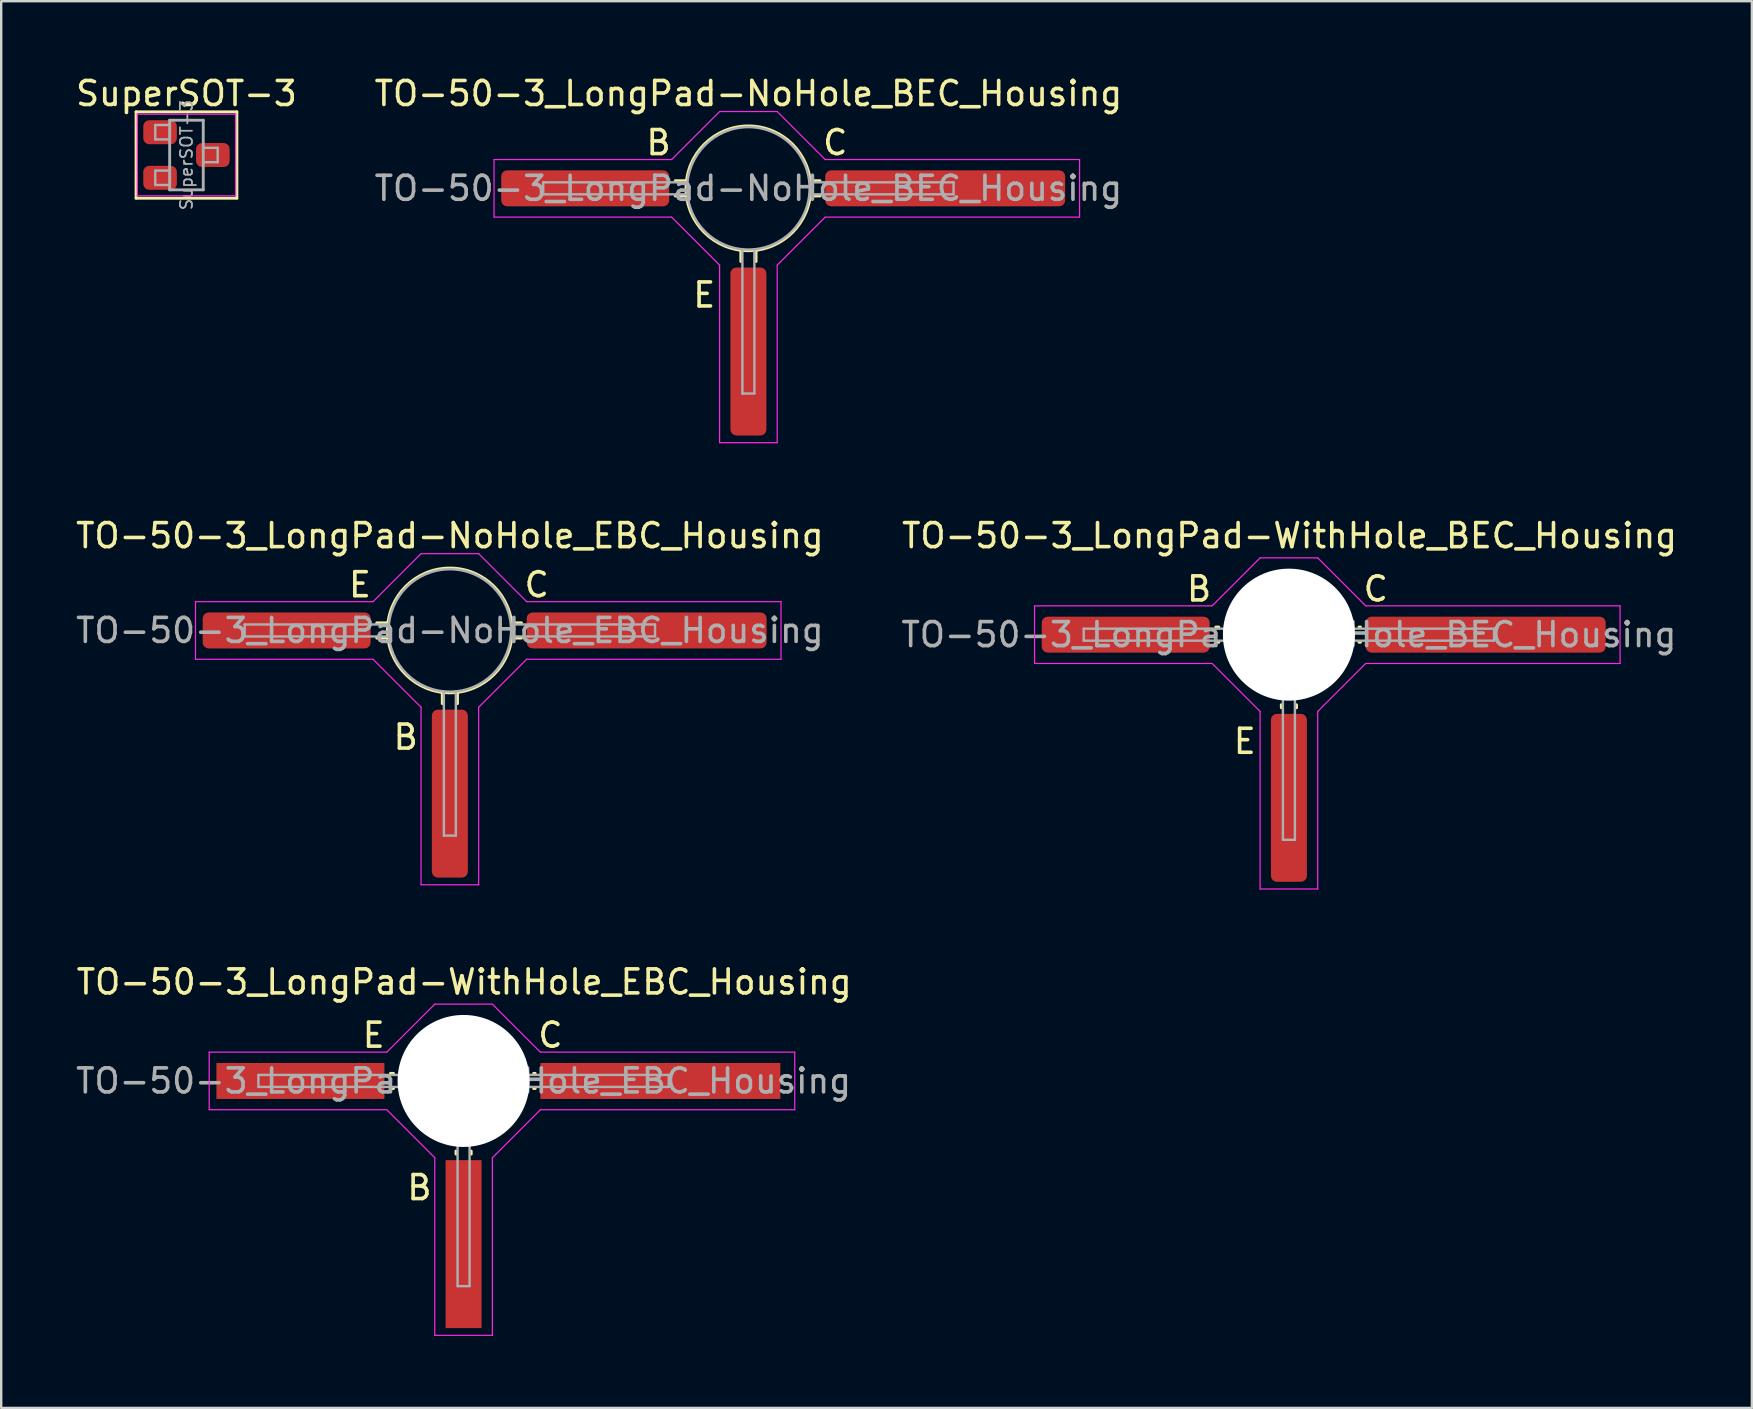
<source format=kicad_pcb>
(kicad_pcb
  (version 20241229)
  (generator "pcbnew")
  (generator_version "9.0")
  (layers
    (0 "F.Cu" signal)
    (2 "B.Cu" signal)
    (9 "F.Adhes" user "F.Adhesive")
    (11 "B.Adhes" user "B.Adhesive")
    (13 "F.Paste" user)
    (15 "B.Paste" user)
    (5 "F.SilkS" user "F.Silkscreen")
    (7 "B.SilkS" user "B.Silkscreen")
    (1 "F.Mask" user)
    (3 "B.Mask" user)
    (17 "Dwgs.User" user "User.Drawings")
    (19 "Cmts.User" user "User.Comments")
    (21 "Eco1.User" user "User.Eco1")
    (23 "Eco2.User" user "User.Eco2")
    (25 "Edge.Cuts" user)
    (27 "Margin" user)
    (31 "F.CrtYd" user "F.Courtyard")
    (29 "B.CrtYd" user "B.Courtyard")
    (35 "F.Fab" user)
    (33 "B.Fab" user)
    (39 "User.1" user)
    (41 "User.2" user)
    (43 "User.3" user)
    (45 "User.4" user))
  (footprint "TO-50-3_LongPad-WithHole_EBC_Housing"
    (layer "F.Cu")
    (at 16.968 45.395)
    (property "Reference" "TO-50-3_LongPad-WithHole_EBC_Housing" (at -0.675 -7.525 0) (layer "F.SilkS") (effects (font (size 1 1) (thickness 0.15))))
    (attr smd)
    (fp_line (start -3.621 -3.717) (end -3.747 -3.717) (stroke (width 0.12) (type solid)) (layer "F.SilkS"))
    (fp_line (start -3.621 -3.083) (end -3.747 -3.083) (stroke (width 0.12) (type solid)) (layer "F.SilkS"))
    (fp_line (start -1.018 -0.479) (end -1.016 -0.352) (stroke (width 0.12) (type solid)) (layer "F.SilkS"))
    (fp_line (start -0.383 -0.479) (end -0.381 -0.352) (stroke (width 0.12) (type solid)) (layer "F.SilkS"))
    (fp_line (start 2.221 -3.717) (end 2.284 -3.717) (stroke (width 0.12) (type solid)) (layer "F.SilkS"))
    (fp_line (start 2.221 -3.083) (end 2.284 -3.083) (stroke (width 0.12) (type solid)) (layer "F.SilkS"))
    (fp_line (start -11.3 -4.6) (end -3.9 -4.6) (stroke (width 0.05) (type solid)) (layer "F.CrtYd"))
    (fp_line (start -11.3 -2.2) (end -11.3 -4.6) (stroke (width 0.05) (type solid)) (layer "F.CrtYd"))
    (fp_line (start -3.9 -4.6) (end -1.9 -6.6) (stroke (width 0.05) (type solid)) (layer "F.CrtYd"))
    (fp_line (start -3.9 -2.2) (end -11.3 -2.2) (stroke (width 0.05) (type solid)) (layer "F.CrtYd"))
    (fp_line (start -1.9 -6.6) (end 0.5 -6.6) (stroke (width 0.05) (type solid)) (layer "F.CrtYd"))
    (fp_line (start -1.9 -0.2) (end -3.9 -2.2) (stroke (width 0.05) (type solid)) (layer "F.CrtYd"))
    (fp_line (start -1.9 7.2) (end -1.9 -0.2) (stroke (width 0.05) (type solid)) (layer "F.CrtYd"))
    (fp_line (start 0.5 -6.6) (end 2.5 -4.6) (stroke (width 0.05) (type solid)) (layer "F.CrtYd"))
    (fp_line (start 0.5 -0.2) (end 0.5 7.2) (stroke (width 0.05) (type solid)) (layer "F.CrtYd"))
    (fp_line (start 0.5 7.2) (end -1.9 7.2) (stroke (width 0.05) (type solid)) (layer "F.CrtYd"))
    (fp_line (start 2.5 -4.6) (end 13.1 -4.6) (stroke (width 0.05) (type solid)) (layer "F.CrtYd"))
    (fp_line (start 2.5 -2.2) (end 0.5 -0.2) (stroke (width 0.05) (type solid)) (layer "F.CrtYd"))
    (fp_line (start 13.1 -4.6) (end 13.1 -2.2) (stroke (width 0.05) (type solid)) (layer "F.CrtYd"))
    (fp_line (start 13.1 -2.2) (end 2.5 -2.2) (stroke (width 0.05) (type solid)) (layer "F.CrtYd"))
    (fp_line (start -9.25 -3.65) (end -9.25 -3.15) (stroke (width 0.1) (type solid)) (layer "F.Fab"))
    (fp_line (start -9.25 -3.15) (end -3.25 -3.15) (stroke (width 0.1) (type solid)) (layer "F.Fab"))
    (fp_line (start -3.25 -3.65) (end -9.25 -3.65) (stroke (width 0.1) (type solid)) (layer "F.Fab"))
    (fp_line (start -0.95 -0.85) (end -0.95 5.15) (stroke (width 0.1) (type solid)) (layer "F.Fab"))
    (fp_line (start -0.95 5.15) (end -0.45 5.15) (stroke (width 0.1) (type solid)) (layer "F.Fab"))
    (fp_line (start -0.45 5.15) (end -0.45 -0.85) (stroke (width 0.1) (type solid)) (layer "F.Fab"))
    (fp_line (start 1.85 -3.15) (end 7.85 -3.15) (stroke (width 0.1) (type solid)) (layer "F.Fab"))
    (fp_line (start 7.85 -3.65) (end 1.85 -3.65) (stroke (width 0.1) (type solid)) (layer "F.Fab"))
    (fp_line (start 7.85 -3.15) (end 7.85 -3.65) (stroke (width 0.1) (type solid)) (layer "F.Fab"))
    (fp_circle (center -0.7 -3.4) (end -0.65 -5.95) (stroke (width 0.1) (type solid)) (fill no) (layer "F.Fab"))
    (fp_text user "C" (at 2.92 -5.305 0) (layer "F.SilkS") (effects (font (size 1 1) (thickness 0.15))))
    (fp_text user "E" (at -4.445 -5.305 0) (layer "F.SilkS") (effects (font (size 1 1) (thickness 0.15))))
    (fp_text user "B" (at -2.54 1.045 0) (layer "F.SilkS") (effects (font (size 1 1) (thickness 0.15))))
    (fp_text user "${REFERENCE}" (at -0.7 -3.4 0) (layer "F.Fab") (effects (font (size 1 1) (thickness 0.15))))
    (pad "" np_thru_hole circle (at -0.7 -3.4 270) (size 5.5 5.5) (drill 5.5) (layers "*.Cu" "*.Mask"))
    (pad "1" smd rect (at -7.5 -3.4 270) (size 1.5 7) (layers "F.Cu" "F.Mask" "F.Paste"))
    (pad "2" smd rect (at -0.7 3.4 270) (size 7 1.5) (layers "F.Cu" "F.Mask" "F.Paste"))
    (pad "3" smd rect (at 7.5 -3.4 270) (size 1.5 10) (layers "F.Cu" "F.Mask" "F.Paste")))
  (footprint "TO-50-3_LongPad-WithHole_BEC_Housing"
    (layer "F.Cu")
    (at 51.361 26.797)
    (property "Reference" "TO-50-3_LongPad-WithHole_BEC_Housing" (at -0.675 -7.525 0) (layer "F.SilkS") (effects (font (size 1 1) (thickness 0.15))))
    (attr smd)
    (fp_line (start -3.621 -3.717) (end -3.747 -3.717) (stroke (width 0.12) (type solid)) (layer "F.SilkS"))
    (fp_line (start -3.621 -3.083) (end -3.747 -3.083) (stroke (width 0.12) (type solid)) (layer "F.SilkS"))
    (fp_line (start -1.018 -0.479) (end -1.016 -0.352) (stroke (width 0.12) (type solid)) (layer "F.SilkS"))
    (fp_line (start -0.383 -0.479) (end -0.381 -0.352) (stroke (width 0.12) (type solid)) (layer "F.SilkS"))
    (fp_line (start 2.221 -3.717) (end 2.284 -3.717) (stroke (width 0.12) (type solid)) (layer "F.SilkS"))
    (fp_line (start 2.221 -3.083) (end 2.284 -3.083) (stroke (width 0.12) (type solid)) (layer "F.SilkS"))
    (fp_line (start -11.3 -4.6) (end -3.9 -4.6) (stroke (width 0.05) (type solid)) (layer "F.CrtYd"))
    (fp_line (start -11.3 -2.2) (end -11.3 -4.6) (stroke (width 0.05) (type solid)) (layer "F.CrtYd"))
    (fp_line (start -3.9 -4.6) (end -1.9 -6.6) (stroke (width 0.05) (type solid)) (layer "F.CrtYd"))
    (fp_line (start -3.9 -2.2) (end -11.3 -2.2) (stroke (width 0.05) (type solid)) (layer "F.CrtYd"))
    (fp_line (start -1.9 -6.6) (end 0.5 -6.6) (stroke (width 0.05) (type solid)) (layer "F.CrtYd"))
    (fp_line (start -1.9 -0.2) (end -3.9 -2.2) (stroke (width 0.05) (type solid)) (layer "F.CrtYd"))
    (fp_line (start -1.9 7.2) (end -1.9 -0.2) (stroke (width 0.05) (type solid)) (layer "F.CrtYd"))
    (fp_line (start 0.5 -6.6) (end 2.5 -4.6) (stroke (width 0.05) (type solid)) (layer "F.CrtYd"))
    (fp_line (start 0.5 -0.2) (end 0.5 7.2) (stroke (width 0.05) (type solid)) (layer "F.CrtYd"))
    (fp_line (start 0.5 7.2) (end -1.9 7.2) (stroke (width 0.05) (type solid)) (layer "F.CrtYd"))
    (fp_line (start 2.5 -4.6) (end 13.1 -4.6) (stroke (width 0.05) (type solid)) (layer "F.CrtYd"))
    (fp_line (start 2.5 -2.2) (end 0.5 -0.2) (stroke (width 0.05) (type solid)) (layer "F.CrtYd"))
    (fp_line (start 13.1 -4.6) (end 13.1 -2.2) (stroke (width 0.05) (type solid)) (layer "F.CrtYd"))
    (fp_line (start 13.1 -2.2) (end 2.5 -2.2) (stroke (width 0.05) (type solid)) (layer "F.CrtYd"))
    (fp_line (start -9.25 -3.65) (end -9.25 -3.15) (stroke (width 0.1) (type solid)) (layer "F.Fab"))
    (fp_line (start -9.25 -3.15) (end -3.25 -3.15) (stroke (width 0.1) (type solid)) (layer "F.Fab"))
    (fp_line (start -3.25 -3.65) (end -9.25 -3.65) (stroke (width 0.1) (type solid)) (layer "F.Fab"))
    (fp_line (start -0.95 -0.85) (end -0.95 5.15) (stroke (width 0.1) (type solid)) (layer "F.Fab"))
    (fp_line (start -0.95 5.15) (end -0.45 5.15) (stroke (width 0.1) (type solid)) (layer "F.Fab"))
    (fp_line (start -0.45 5.15) (end -0.45 -0.85) (stroke (width 0.1) (type solid)) (layer "F.Fab"))
    (fp_line (start 1.85 -3.15) (end 7.85 -3.15) (stroke (width 0.1) (type solid)) (layer "F.Fab"))
    (fp_line (start 7.85 -3.65) (end 1.85 -3.65) (stroke (width 0.1) (type solid)) (layer "F.Fab"))
    (fp_line (start 7.85 -3.15) (end 7.85 -3.65) (stroke (width 0.1) (type solid)) (layer "F.Fab"))
    (fp_circle (center -0.7 -3.4) (end -0.65 -5.95) (stroke (width 0.1) (type solid)) (fill no) (layer "F.Fab"))
    (fp_text user "E" (at -2.54 1.045 0) (layer "F.SilkS") (effects (font (size 1 1) (thickness 0.15))))
    (fp_text user "C" (at 2.92 -5.305 0) (layer "F.SilkS") (effects (font (size 1 1) (thickness 0.15))))
    (fp_text user "B" (at -4.445 -5.305 0) (layer "F.SilkS") (effects (font (size 1 1) (thickness 0.15))))
    (fp_text user "${REFERENCE}" (at -0.7 -3.4 0) (layer "F.Fab") (effects (font (size 1 1) (thickness 0.15))))
    (pad "" np_thru_hole circle (at -0.7 -3.4 270) (size 5.5 5.5) (drill 5.5) (layers "*.Cu" "*.Mask"))
    (pad "1" smd roundrect (at -7.5 -3.4 270) (size 1.5 7) (layers "F.Cu" "F.Mask" "F.Paste") (roundrect_rratio 0.167))
    (pad "2" smd roundrect (at -0.7 3.4 270) (size 7 1.5) (layers "F.Cu" "F.Mask" "F.Paste") (roundrect_rratio 0.167))
    (pad "3" smd roundrect (at 7.5 -3.4 270) (size 1.5 10) (layers "F.Cu" "F.Mask" "F.Paste") (roundrect_rratio 0.167)))
  (footprint "SuperSOT-3"
    (layer "F.Cu")
    (at 4.72 3.41)
    (property "Reference" "SuperSOT-3" (at 0 -2.562 0) (layer "F.SilkS") (effects (font (size 1 1) (thickness 0.15))))
    (attr smd)
    (fp_line (start -2.1 -1.8) (end -2.1 1.8) (stroke (width 0.12) (type solid)) (layer "F.SilkS"))
    (fp_line (start -2.1 1.8) (end 2.1 1.8) (stroke (width 0.12) (type solid)) (layer "F.SilkS"))
    (fp_line (start 2.1 -1.8) (end -2.1 -1.8) (stroke (width 0.12) (type solid)) (layer "F.SilkS"))
    (fp_line (start 2.1 1.8) (end 2.1 -1.8) (stroke (width 0.12) (type solid)) (layer "F.SilkS"))
    (fp_line (start -2.05 -1.7) (end -2.05 1.7) (stroke (width 0.05) (type solid)) (layer "F.CrtYd"))
    (fp_line (start -2.05 -1.7) (end 2.05 -1.7) (stroke (width 0.05) (type solid)) (layer "F.CrtYd"))
    (fp_line (start 2.05 1.7) (end -2.05 1.7) (stroke (width 0.05) (type solid)) (layer "F.CrtYd"))
    (fp_line (start 2.05 1.7) (end 2.05 -1.7) (stroke (width 0.05) (type solid)) (layer "F.CrtYd"))
    (fp_line (start -1.3 -1.25) (end -1.3 -0.65) (stroke (width 0.1) (type solid)) (layer "F.Fab"))
    (fp_line (start -1.3 -0.65) (end -0.7 -0.65) (stroke (width 0.1) (type solid)) (layer "F.Fab"))
    (fp_line (start -1.3 0.65) (end -1.3 1.25) (stroke (width 0.1) (type solid)) (layer "F.Fab"))
    (fp_line (start -1.3 1.25) (end -0.7 1.25) (stroke (width 0.1) (type solid)) (layer "F.Fab"))
    (fp_line (start -0.7 -1.45) (end 0.7 -1.45) (stroke (width 0.12) (type solid)) (layer "F.Fab"))
    (fp_line (start -0.7 -1.25) (end -1.3 -1.25) (stroke (width 0.1) (type solid)) (layer "F.Fab"))
    (fp_line (start -0.7 0.65) (end -1.3 0.65) (stroke (width 0.1) (type solid)) (layer "F.Fab"))
    (fp_line (start -0.7 1.45) (end -0.7 -1.45) (stroke (width 0.12) (type solid)) (layer "F.Fab"))
    (fp_line (start 0.7 -1.45) (end 0.7 1.45) (stroke (width 0.12) (type solid)) (layer "F.Fab"))
    (fp_line (start 0.7 0.3) (end 1.3 0.3) (stroke (width 0.1) (type solid)) (layer "F.Fab"))
    (fp_line (start 0.7 1.45) (end -0.7 1.45) (stroke (width 0.12) (type solid)) (layer "F.Fab"))
    (fp_line (start 1.3 -0.3) (end 0.7 -0.3) (stroke (width 0.1) (type solid)) (layer "F.Fab"))
    (fp_line (start 1.3 0.3) (end 1.3 -0.3) (stroke (width 0.1) (type solid)) (layer "F.Fab"))
    (fp_text user "${REFERENCE}" (at 0 0 90) (layer "F.Fab") (effects (font (size 0.5 0.5) (thickness 0.075))))
    (pad "1" smd roundrect (at -1.1 -0.95) (size 1.4 1) (layers "F.Cu" "F.Mask" "F.Paste") (roundrect_rratio 0.25))
    (pad "2" smd roundrect (at -1.1 0.95) (size 1.4 1) (layers "F.Cu" "F.Mask" "F.Paste") (roundrect_rratio 0.25))
    (pad "3" smd roundrect (at 1.1 0) (size 1.4 1) (layers "F.Cu" "F.Mask" "F.Paste") (roundrect_rratio 0.25)))
  (footprint "TO-50-3_LongPad-NoHole_EBC_Housing"
    (layer "F.Cu")
    (at 16.396 26.622)
    (property "Reference" "TO-50-3_LongPad-NoHole_EBC_Housing" (at -0.7 -7.35 180) (layer "F.SilkS") (effects (font (size 1 1) (thickness 0.15))))
    (attr smd)
    (fp_line (start -3.302 -3.717) (end -3.747 -3.717) (stroke (width 0.12) (type solid)) (layer "F.SilkS"))
    (fp_line (start -3.302 -3.083) (end -3.747 -3.083) (stroke (width 0.12) (type solid)) (layer "F.SilkS"))
    (fp_line (start -1.016 -0.796) (end -1.016 -0.352) (stroke (width 0.12) (type solid)) (layer "F.SilkS"))
    (fp_line (start -0.381 -0.796) (end -0.381 -0.352) (stroke (width 0.12) (type solid)) (layer "F.SilkS"))
    (fp_line (start 1.903 -3.717) (end 2.284 -3.717) (stroke (width 0.12) (type solid)) (layer "F.SilkS"))
    (fp_line (start 1.903 -3.083) (end 2.284 -3.083) (stroke (width 0.12) (type solid)) (layer "F.SilkS"))
    (fp_circle (center -0.7 -3.4) (end -0.7 -6) (stroke (width 0.12) (type solid)) (fill no) (layer "F.SilkS"))
    (fp_line (start -11.3 -4.6) (end -3.9 -4.6) (stroke (width 0.05) (type solid)) (layer "F.CrtYd"))
    (fp_line (start -11.3 -2.2) (end -11.3 -4.6) (stroke (width 0.05) (type solid)) (layer "F.CrtYd"))
    (fp_line (start -3.9 -4.6) (end -1.9 -6.6) (stroke (width 0.05) (type solid)) (layer "F.CrtYd"))
    (fp_line (start -3.9 -2.2) (end -11.3 -2.2) (stroke (width 0.05) (type solid)) (layer "F.CrtYd"))
    (fp_line (start -1.9 -6.6) (end 0.5 -6.6) (stroke (width 0.05) (type solid)) (layer "F.CrtYd"))
    (fp_line (start -1.9 -0.2) (end -3.9 -2.2) (stroke (width 0.05) (type solid)) (layer "F.CrtYd"))
    (fp_line (start -1.9 7.2) (end -1.9 -0.2) (stroke (width 0.05) (type solid)) (layer "F.CrtYd"))
    (fp_line (start 0.5 -6.6) (end 2.5 -4.6) (stroke (width 0.05) (type solid)) (layer "F.CrtYd"))
    (fp_line (start 0.5 -0.2) (end 0.5 7.2) (stroke (width 0.05) (type solid)) (layer "F.CrtYd"))
    (fp_line (start 0.5 7.2) (end -1.9 7.2) (stroke (width 0.05) (type solid)) (layer "F.CrtYd"))
    (fp_line (start 2.5 -4.6) (end 13.1 -4.6) (stroke (width 0.05) (type solid)) (layer "F.CrtYd"))
    (fp_line (start 2.5 -2.2) (end 0.5 -0.2) (stroke (width 0.05) (type solid)) (layer "F.CrtYd"))
    (fp_line (start 13.1 -4.6) (end 13.1 -2.2) (stroke (width 0.05) (type solid)) (layer "F.CrtYd"))
    (fp_line (start 13.1 -2.2) (end 2.5 -2.2) (stroke (width 0.05) (type solid)) (layer "F.CrtYd"))
    (fp_line (start -9.25 -3.65) (end -9.25 -3.15) (stroke (width 0.1) (type solid)) (layer "F.Fab"))
    (fp_line (start -9.25 -3.15) (end -3.25 -3.15) (stroke (width 0.1) (type solid)) (layer "F.Fab"))
    (fp_line (start -3.25 -3.65) (end -9.25 -3.65) (stroke (width 0.1) (type solid)) (layer "F.Fab"))
    (fp_line (start -0.95 -0.85) (end -0.95 5.15) (stroke (width 0.1) (type solid)) (layer "F.Fab"))
    (fp_line (start -0.95 5.15) (end -0.45 5.15) (stroke (width 0.1) (type solid)) (layer "F.Fab"))
    (fp_line (start -0.45 5.15) (end -0.45 -0.85) (stroke (width 0.1) (type solid)) (layer "F.Fab"))
    (fp_line (start 1.85 -3.15) (end 7.85 -3.15) (stroke (width 0.1) (type solid)) (layer "F.Fab"))
    (fp_line (start 7.85 -3.65) (end 1.85 -3.65) (stroke (width 0.1) (type solid)) (layer "F.Fab"))
    (fp_line (start 7.85 -3.15) (end 7.85 -3.65) (stroke (width 0.1) (type solid)) (layer "F.Fab"))
    (fp_circle (center -0.7 -3.4) (end -0.65 -5.95) (stroke (width 0.1) (type solid)) (fill no) (layer "F.Fab"))
    (fp_text user "C" (at 2.92 -5.305 0) (layer "F.SilkS") (effects (font (size 1 1) (thickness 0.15))))
    (fp_text user "B" (at -2.54 1.045 0) (layer "F.SilkS") (effects (font (size 1 1) (thickness 0.15))))
    (fp_text user "E" (at -4.445 -5.305 0) (layer "F.SilkS") (effects (font (size 1 1) (thickness 0.15))))
    (fp_text user "${REFERENCE}" (at -0.7 -3.4 0) (layer "F.Fab") (effects (font (size 1 1) (thickness 0.15))))
    (pad "1" smd roundrect (at -7.5 -3.4 90) (size 1.5 7) (layers "F.Cu" "F.Mask" "F.Paste") (roundrect_rratio 0.167))
    (pad "2" smd roundrect (at -0.7 3.4 90) (size 7 1.5) (layers "F.Cu" "F.Mask" "F.Paste") (roundrect_rratio 0.167))
    (pad "3" smd roundrect (at 7.5 -3.4 90) (size 1.5 10) (layers "F.Cu" "F.Mask" "F.Paste") (roundrect_rratio 0.167)))
  (footprint "TO-50-3_LongPad-NoHole_BEC_Housing"
    (layer "F.Cu")
    (at 28.837 8.198)
    (property "Reference" "TO-50-3_LongPad-NoHole_BEC_Housing" (at -0.7 -7.35 180) (layer "F.SilkS") (effects (font (size 1 1) (thickness 0.15))))
    (attr smd)
    (fp_line (start -3.302 -3.717) (end -3.747 -3.717) (stroke (width 0.12) (type solid)) (layer "F.SilkS"))
    (fp_line (start -3.302 -3.083) (end -3.747 -3.083) (stroke (width 0.12) (type solid)) (layer "F.SilkS"))
    (fp_line (start -1.016 -0.796) (end -1.016 -0.352) (stroke (width 0.12) (type solid)) (layer "F.SilkS"))
    (fp_line (start -0.381 -0.796) (end -0.381 -0.352) (stroke (width 0.12) (type solid)) (layer "F.SilkS"))
    (fp_line (start 1.903 -3.717) (end 2.284 -3.717) (stroke (width 0.12) (type solid)) (layer "F.SilkS"))
    (fp_line (start 1.903 -3.083) (end 2.284 -3.083) (stroke (width 0.12) (type solid)) (layer "F.SilkS"))
    (fp_circle (center -0.7 -3.4) (end -0.7 -6) (stroke (width 0.12) (type solid)) (fill no) (layer "F.SilkS"))
    (fp_line (start -11.3 -4.6) (end -3.9 -4.6) (stroke (width 0.05) (type solid)) (layer "F.CrtYd"))
    (fp_line (start -11.3 -2.2) (end -11.3 -4.6) (stroke (width 0.05) (type solid)) (layer "F.CrtYd"))
    (fp_line (start -3.9 -4.6) (end -1.9 -6.6) (stroke (width 0.05) (type solid)) (layer "F.CrtYd"))
    (fp_line (start -3.9 -2.2) (end -11.3 -2.2) (stroke (width 0.05) (type solid)) (layer "F.CrtYd"))
    (fp_line (start -1.9 -6.6) (end 0.5 -6.6) (stroke (width 0.05) (type solid)) (layer "F.CrtYd"))
    (fp_line (start -1.9 -0.2) (end -3.9 -2.2) (stroke (width 0.05) (type solid)) (layer "F.CrtYd"))
    (fp_line (start -1.9 7.2) (end -1.9 -0.2) (stroke (width 0.05) (type solid)) (layer "F.CrtYd"))
    (fp_line (start 0.5 -6.6) (end 2.5 -4.6) (stroke (width 0.05) (type solid)) (layer "F.CrtYd"))
    (fp_line (start 0.5 -0.2) (end 0.5 7.2) (stroke (width 0.05) (type solid)) (layer "F.CrtYd"))
    (fp_line (start 0.5 7.2) (end -1.9 7.2) (stroke (width 0.05) (type solid)) (layer "F.CrtYd"))
    (fp_line (start 2.5 -4.6) (end 13.1 -4.6) (stroke (width 0.05) (type solid)) (layer "F.CrtYd"))
    (fp_line (start 2.5 -2.2) (end 0.5 -0.2) (stroke (width 0.05) (type solid)) (layer "F.CrtYd"))
    (fp_line (start 13.1 -4.6) (end 13.1 -2.2) (stroke (width 0.05) (type solid)) (layer "F.CrtYd"))
    (fp_line (start 13.1 -2.2) (end 2.5 -2.2) (stroke (width 0.05) (type solid)) (layer "F.CrtYd"))
    (fp_line (start -9.25 -3.65) (end -9.25 -3.15) (stroke (width 0.1) (type solid)) (layer "F.Fab"))
    (fp_line (start -9.25 -3.15) (end -3.25 -3.15) (stroke (width 0.1) (type solid)) (layer "F.Fab"))
    (fp_line (start -3.25 -3.65) (end -9.25 -3.65) (stroke (width 0.1) (type solid)) (layer "F.Fab"))
    (fp_line (start -0.95 -0.85) (end -0.95 5.15) (stroke (width 0.1) (type solid)) (layer "F.Fab"))
    (fp_line (start -0.95 5.15) (end -0.45 5.15) (stroke (width 0.1) (type solid)) (layer "F.Fab"))
    (fp_line (start -0.45 5.15) (end -0.45 -0.85) (stroke (width 0.1) (type solid)) (layer "F.Fab"))
    (fp_line (start 1.85 -3.15) (end 7.85 -3.15) (stroke (width 0.1) (type solid)) (layer "F.Fab"))
    (fp_line (start 7.85 -3.65) (end 1.85 -3.65) (stroke (width 0.1) (type solid)) (layer "F.Fab"))
    (fp_line (start 7.85 -3.15) (end 7.85 -3.65) (stroke (width 0.1) (type solid)) (layer "F.Fab"))
    (fp_circle (center -0.7 -3.4) (end -0.65 -5.95) (stroke (width 0.1) (type solid)) (fill no) (layer "F.Fab"))
    (fp_text user "B" (at -4.445 -5.305 0) (layer "F.SilkS") (effects (font (size 1 1) (thickness 0.15))))
    (fp_text user "C" (at 2.92 -5.305 0) (layer "F.SilkS") (effects (font (size 1 1) (thickness 0.15))))
    (fp_text user "E" (at -2.54 1.045 0) (layer "F.SilkS") (effects (font (size 1 1) (thickness 0.15))))
    (fp_text user "${REFERENCE}" (at -0.7 -3.4 0) (layer "F.Fab") (effects (font (size 1 1) (thickness 0.15))))
    (pad "1" smd roundrect (at -7.5 -3.4 90) (size 1.5 7) (layers "F.Cu" "F.Mask" "F.Paste") (roundrect_rratio 0.167))
    (pad "2" smd roundrect (at -0.7 3.4 90) (size 7 1.5) (layers "F.Cu" "F.Mask" "F.Paste") (roundrect_rratio 0.167))
    (pad "3" smd roundrect (at 7.5 -3.4 90) (size 1.5 10) (layers "F.Cu" "F.Mask" "F.Paste") (roundrect_rratio 0.167)))
  (gr_rect
    (start -3 -3)
    (end 69.954 55.62)
    (stroke (width 0.1) (type default))
    (fill no)
    (layer "Edge.Cuts")))
</source>
